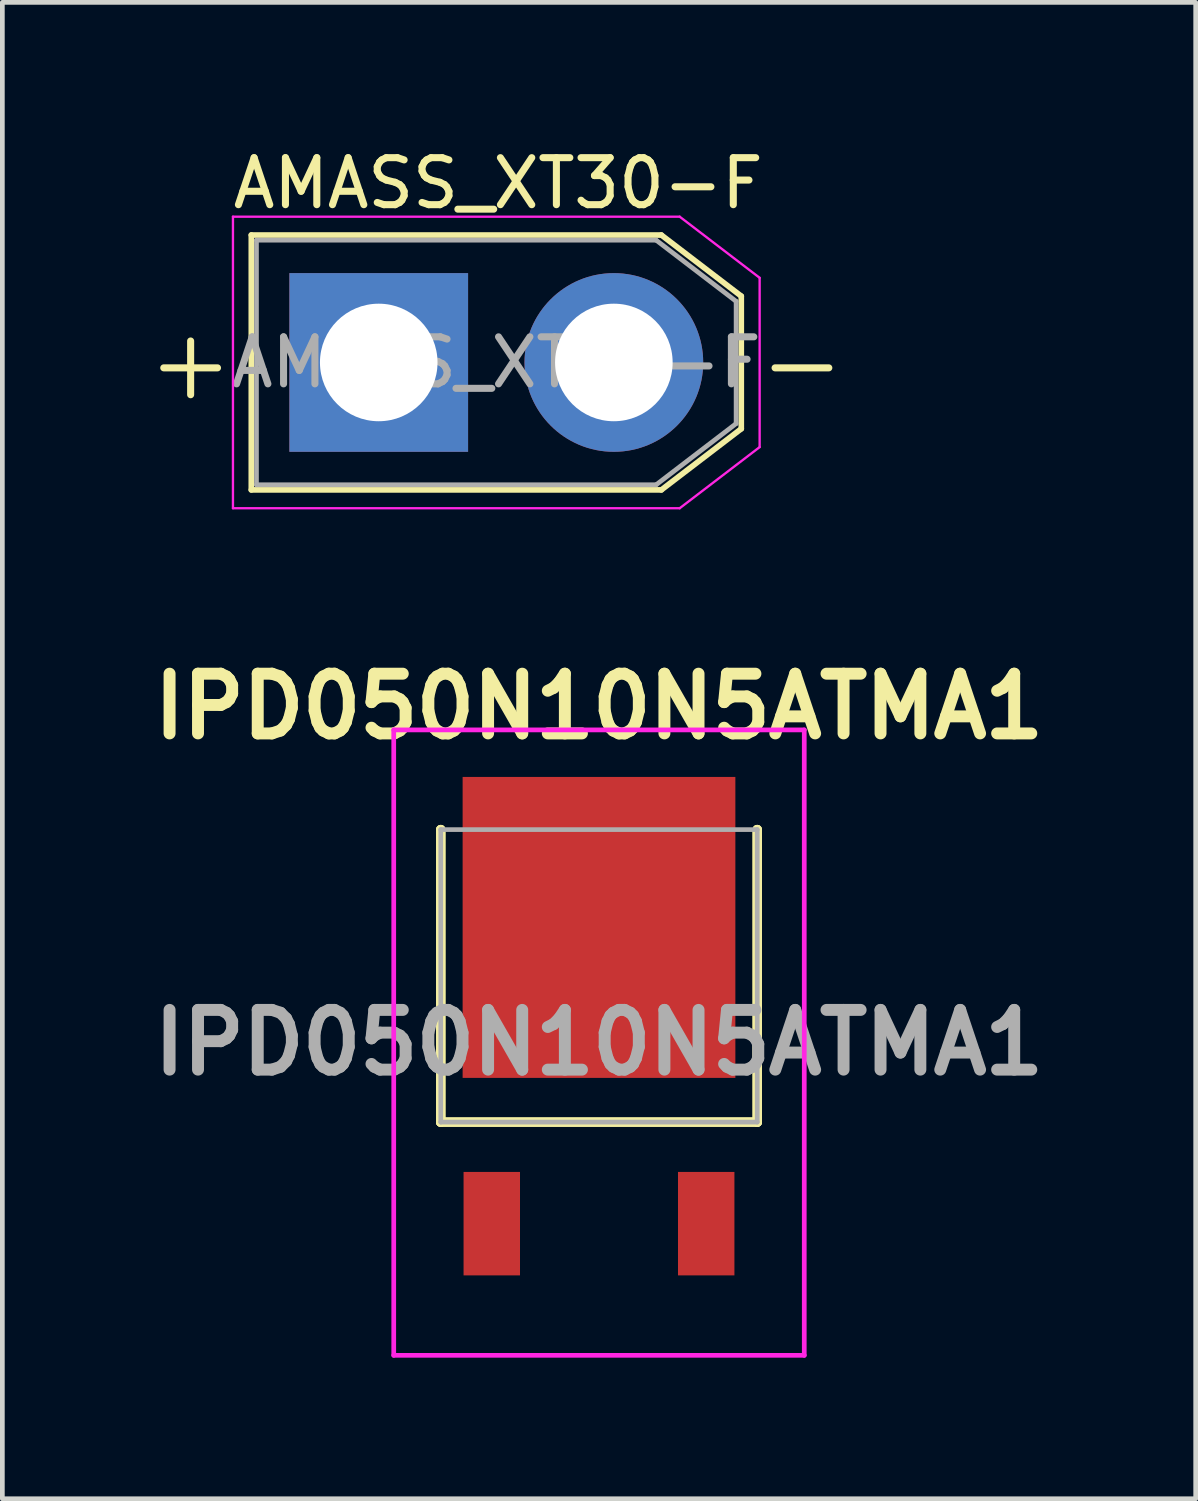
<source format=kicad_pcb>
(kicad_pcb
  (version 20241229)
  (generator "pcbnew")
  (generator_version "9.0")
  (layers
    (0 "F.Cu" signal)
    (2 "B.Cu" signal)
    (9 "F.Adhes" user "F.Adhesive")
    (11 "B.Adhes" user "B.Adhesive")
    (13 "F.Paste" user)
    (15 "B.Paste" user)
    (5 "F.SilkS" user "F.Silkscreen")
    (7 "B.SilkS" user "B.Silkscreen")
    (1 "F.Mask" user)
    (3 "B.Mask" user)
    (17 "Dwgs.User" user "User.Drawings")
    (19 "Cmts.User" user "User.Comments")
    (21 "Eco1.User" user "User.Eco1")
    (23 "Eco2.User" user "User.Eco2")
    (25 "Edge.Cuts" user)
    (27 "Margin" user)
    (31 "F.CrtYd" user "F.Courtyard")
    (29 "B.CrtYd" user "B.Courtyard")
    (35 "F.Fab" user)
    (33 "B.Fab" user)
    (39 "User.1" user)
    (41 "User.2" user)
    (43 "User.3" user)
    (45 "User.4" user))
  (footprint "IPD050N10N5ATMA1"
    (layer "F.Cu")
    (at 9.688 16.672)
    (property "Reference" "IPD050N10N5ATMA1" (at 0 -4.7 180) (layer "F.SilkS") (effects (font (size 1.27 1.27) (thickness 0.254))))
    (attr smd)
    (fp_line (start -3.365 -2.08) (end -3.365 -2.08) (stroke (width 0.2) (type solid)) (layer "F.SilkS"))
    (fp_line (start -3.365 -2.08) (end -3.365 4.14) (stroke (width 0.2) (type solid)) (layer "F.SilkS"))
    (fp_line (start -3.365 4.14) (end -3.365 -2.08) (stroke (width 0.2) (type solid)) (layer "F.SilkS"))
    (fp_line (start -3.365 4.14) (end -3.365 4.14) (stroke (width 0.2) (type solid)) (layer "F.SilkS"))
    (fp_line (start -3.365 4.14) (end -3.365 4.14) (stroke (width 0.2) (type solid)) (layer "F.SilkS"))
    (fp_line (start -3.365 4.14) (end 3.365 4.14) (stroke (width 0.2) (type solid)) (layer "F.SilkS"))
    (fp_line (start 3.365 -2.08) (end 3.365 -2.08) (stroke (width 0.2) (type solid)) (layer "F.SilkS"))
    (fp_line (start 3.365 -2.08) (end 3.365 4.14) (stroke (width 0.2) (type solid)) (layer "F.SilkS"))
    (fp_line (start 3.365 4.14) (end -3.365 4.14) (stroke (width 0.2) (type solid)) (layer "F.SilkS"))
    (fp_line (start 3.365 4.14) (end 3.365 -2.08) (stroke (width 0.2) (type solid)) (layer "F.SilkS"))
    (fp_line (start 3.365 4.14) (end 3.365 4.14) (stroke (width 0.2) (type solid)) (layer "F.SilkS"))
    (fp_line (start 3.365 4.14) (end 3.365 4.14) (stroke (width 0.2) (type solid)) (layer "F.SilkS"))
    (fp_line (start -4.365 -4.2) (end 4.365 -4.2) (stroke (width 0.1) (type solid)) (layer "F.CrtYd"))
    (fp_line (start -4.365 9.1) (end -4.365 -4.2) (stroke (width 0.1) (type solid)) (layer "F.CrtYd"))
    (fp_line (start 4.365 -4.2) (end 4.365 9.1) (stroke (width 0.1) (type solid)) (layer "F.CrtYd"))
    (fp_line (start 4.365 9.1) (end -4.365 9.1) (stroke (width 0.1) (type solid)) (layer "F.CrtYd"))
    (fp_line (start -3.365 -2.08) (end -3.365 4.14) (stroke (width 0.1) (type solid)) (layer "F.Fab"))
    (fp_line (start -3.365 4.14) (end 3.365 4.14) (stroke (width 0.1) (type solid)) (layer "F.Fab"))
    (fp_line (start 3.365 -2.08) (end -3.365 -2.08) (stroke (width 0.1) (type solid)) (layer "F.Fab"))
    (fp_line (start 3.365 4.14) (end 3.365 -2.08) (stroke (width 0.1) (type solid)) (layer "F.Fab"))
    (fp_text user "${REFERENCE}" (at 0 2.45 0) (layer "F.Fab") (effects (font (size 1.27 1.27) (thickness 0.254))))
    (pad "1" smd rect (at -2.28 6.3) (size 1.2 2.2) (layers "F.Cu" "F.Mask" "F.Paste"))
    (pad "2" smd rect (at 0 0) (size 5.8 6.4) (layers "F.Cu" "F.Mask" "F.Paste"))
    (pad "3" smd rect (at 2.28 6.3) (size 1.2 2.2) (layers "F.Cu" "F.Mask" "F.Paste")))
  (footprint "AMASS_XT30-F"
    (layer "F.Cu")
    (at 10.084 4.658)
    (property "Reference" "AMASS_XT30-F" (at -2.54 -3.81 180) (layer "F.SilkS") (effects (font (size 1 1) (thickness 0.15))))
    (attr through_hole)
    (fp_line (start -7.79 2.71) (end -7.79 -2.71) (stroke (width 0.12) (type solid)) (layer "F.SilkS"))
    (fp_line (start 0.93 -2.71) (end -7.79 -2.71) (stroke (width 0.12) (type solid)) (layer "F.SilkS"))
    (fp_line (start 0.93 2.71) (end -7.79 2.71) (stroke (width 0.12) (type solid)) (layer "F.SilkS"))
    (fp_line (start 2.63 -1.41) (end 0.93 -2.71) (stroke (width 0.12) (type solid)) (layer "F.SilkS"))
    (fp_line (start 2.63 1.41) (end 0.93 2.71) (stroke (width 0.12) (type solid)) (layer "F.SilkS"))
    (fp_line (start 2.63 1.41) (end 2.63 -1.41) (stroke (width 0.12) (type solid)) (layer "F.SilkS"))
    (fp_line (start -8.18 3.1) (end -8.18 -3.1) (stroke (width 0.05) (type solid)) (layer "F.CrtYd"))
    (fp_line (start 1.32 -3.1) (end -8.18 -3.1) (stroke (width 0.05) (type solid)) (layer "F.CrtYd"))
    (fp_line (start 1.32 3.1) (end -8.18 3.1) (stroke (width 0.05) (type solid)) (layer "F.CrtYd"))
    (fp_line (start 3.02 -1.8) (end 1.32 -3.1) (stroke (width 0.05) (type solid)) (layer "F.CrtYd"))
    (fp_line (start 3.02 1.8) (end 1.32 3.1) (stroke (width 0.05) (type solid)) (layer "F.CrtYd"))
    (fp_line (start 3.02 1.8) (end 3.02 -1.8) (stroke (width 0.05) (type solid)) (layer "F.CrtYd"))
    (fp_line (start -7.68 2.6) (end -7.68 -2.6) (stroke (width 0.1) (type solid)) (layer "F.Fab"))
    (fp_line (start 0.82 -2.6) (end -7.68 -2.6) (stroke (width 0.1) (type solid)) (layer "F.Fab"))
    (fp_line (start 0.82 2.6) (end -7.68 2.6) (stroke (width 0.1) (type solid)) (layer "F.Fab"))
    (fp_line (start 2.52 -1.3) (end 0.82 -2.6) (stroke (width 0.1) (type solid)) (layer "F.Fab"))
    (fp_line (start 2.52 1.3) (end 0.82 2.6) (stroke (width 0.1) (type solid)) (layer "F.Fab"))
    (fp_line (start 2.52 1.3) (end 2.52 -1.3) (stroke (width 0.1) (type solid)) (layer "F.Fab"))
    (fp_text user "-" (at 3.92 0 180) (layer "F.SilkS") (effects (font (size 1.5 1.5) (thickness 0.15))))
    (fp_text user "+" (at -9.08 0 180) (layer "F.SilkS") (effects (font (size 1.5 1.5) (thickness 0.15))))
    (fp_text user "${REFERENCE}" (at -2.58 0 180) (layer "F.Fab") (effects (font (size 1 1) (thickness 0.15))))
    (pad "1" thru_hole circle (at -0.08 0 180) (size 3.8 3.8) (drill 2.5) (layers "*.Cu" "*.Mask"))
    (pad "2" thru_hole rect (at -5.08 0 180) (size 3.8 3.8) (drill 2.5) (layers "*.Cu" "*.Mask")))
  (gr_rect
    (start -3 -3)
    (end 22.377 28.822)
    (stroke (width 0.1) (type default))
    (fill no)
    (layer "Edge.Cuts")))
</source>
